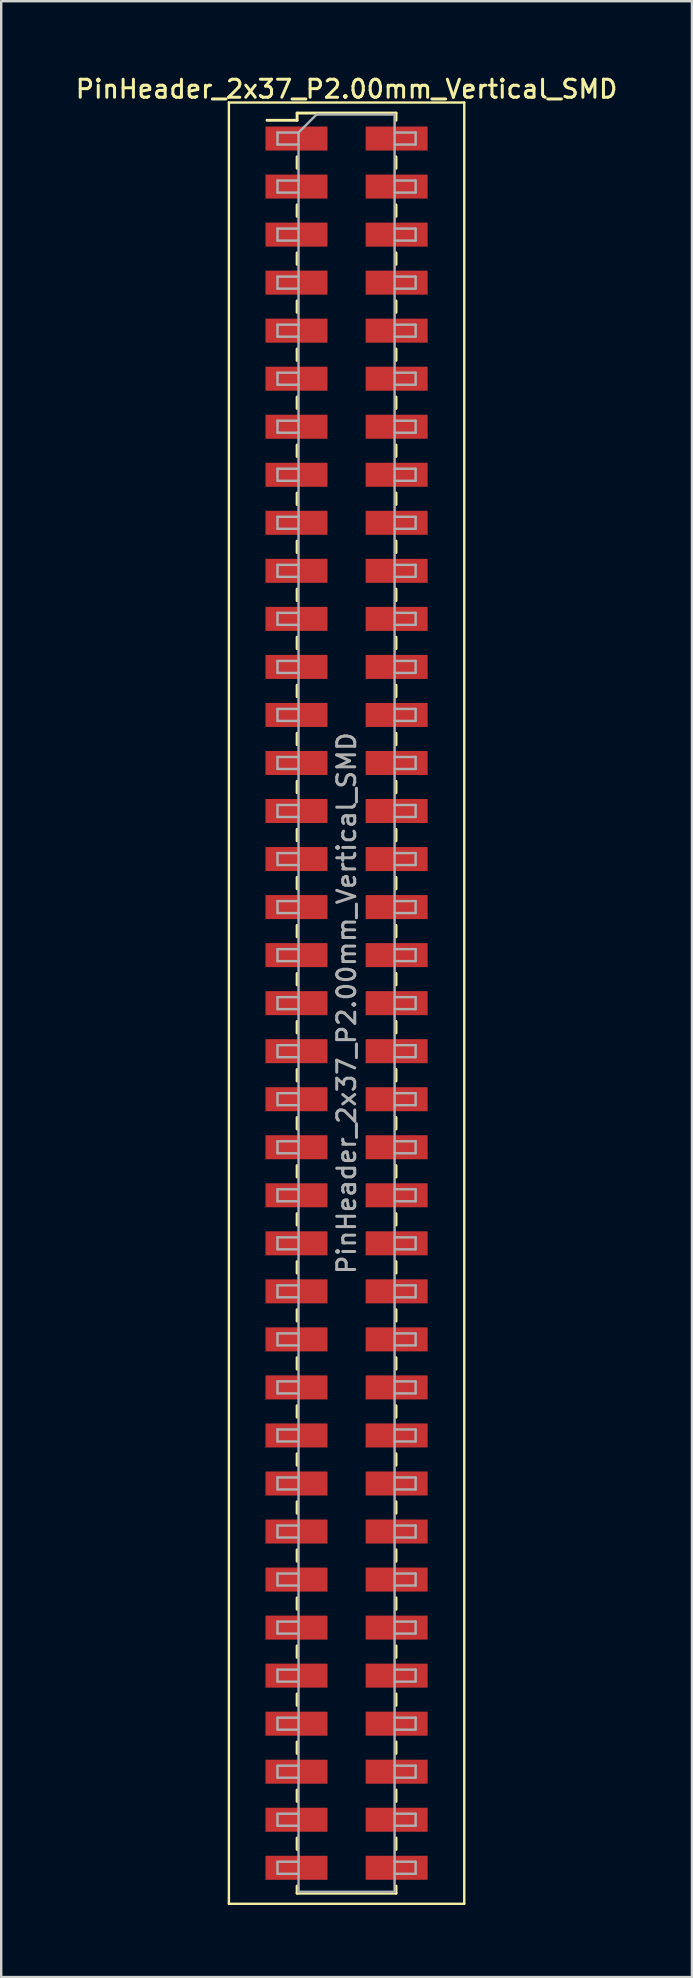
<source format=kicad_pcb>
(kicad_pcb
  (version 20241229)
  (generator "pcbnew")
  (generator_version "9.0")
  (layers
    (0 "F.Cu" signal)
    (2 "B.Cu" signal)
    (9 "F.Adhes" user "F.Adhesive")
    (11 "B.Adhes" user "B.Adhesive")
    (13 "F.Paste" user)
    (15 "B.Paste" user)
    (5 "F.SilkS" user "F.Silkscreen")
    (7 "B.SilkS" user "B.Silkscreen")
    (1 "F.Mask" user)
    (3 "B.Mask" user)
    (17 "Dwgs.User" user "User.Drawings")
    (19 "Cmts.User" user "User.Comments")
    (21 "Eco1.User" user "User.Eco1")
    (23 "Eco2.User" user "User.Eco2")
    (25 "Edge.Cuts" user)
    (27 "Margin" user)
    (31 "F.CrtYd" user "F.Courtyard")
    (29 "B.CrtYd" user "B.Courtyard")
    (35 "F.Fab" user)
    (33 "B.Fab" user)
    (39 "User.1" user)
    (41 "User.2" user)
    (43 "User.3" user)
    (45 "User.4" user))
  (footprint "PinHeader_2x37_P2.00mm_Vertical_SMD"
    (layer "F.Cu")
    (at 11.38 38.718)
    (property "Reference" "PinHeader_2x37_P2.00mm_Vertical_SMD" (at 0 -38.06 0) (layer "F.SilkS") (effects (font (size 0.75 0.75) (thickness 0.125))))
    (attr smd)
    (fp_line (start -4.9 -37.5) (end -4.9 37.5) (stroke (width 0.1) (type solid)) (layer "F.SilkS"))
    (fp_line (start -4.9 37.5) (end 4.9 37.5) (stroke (width 0.1) (type solid)) (layer "F.SilkS"))
    (fp_line (start -3.315 -36.76) (end -2.06 -36.76) (stroke (width 0.12) (type solid)) (layer "F.SilkS"))
    (fp_line (start -2.06 -37.06) (end -2.06 -36.76) (stroke (width 0.12) (type solid)) (layer "F.SilkS"))
    (fp_line (start -2.06 -37.06) (end 2.06 -37.06) (stroke (width 0.12) (type solid)) (layer "F.SilkS"))
    (fp_line (start -2.06 -35.24) (end -2.06 -34.76) (stroke (width 0.12) (type solid)) (layer "F.SilkS"))
    (fp_line (start -2.06 -33.24) (end -2.06 -32.76) (stroke (width 0.12) (type solid)) (layer "F.SilkS"))
    (fp_line (start -2.06 -31.24) (end -2.06 -30.76) (stroke (width 0.12) (type solid)) (layer "F.SilkS"))
    (fp_line (start -2.06 -29.24) (end -2.06 -28.76) (stroke (width 0.12) (type solid)) (layer "F.SilkS"))
    (fp_line (start -2.06 -27.24) (end -2.06 -26.76) (stroke (width 0.12) (type solid)) (layer "F.SilkS"))
    (fp_line (start -2.06 -25.24) (end -2.06 -24.76) (stroke (width 0.12) (type solid)) (layer "F.SilkS"))
    (fp_line (start -2.06 -23.24) (end -2.06 -22.76) (stroke (width 0.12) (type solid)) (layer "F.SilkS"))
    (fp_line (start -2.06 -21.24) (end -2.06 -20.76) (stroke (width 0.12) (type solid)) (layer "F.SilkS"))
    (fp_line (start -2.06 -19.24) (end -2.06 -18.76) (stroke (width 0.12) (type solid)) (layer "F.SilkS"))
    (fp_line (start -2.06 -17.24) (end -2.06 -16.76) (stroke (width 0.12) (type solid)) (layer "F.SilkS"))
    (fp_line (start -2.06 -15.24) (end -2.06 -14.76) (stroke (width 0.12) (type solid)) (layer "F.SilkS"))
    (fp_line (start -2.06 -13.24) (end -2.06 -12.76) (stroke (width 0.12) (type solid)) (layer "F.SilkS"))
    (fp_line (start -2.06 -11.24) (end -2.06 -10.76) (stroke (width 0.12) (type solid)) (layer "F.SilkS"))
    (fp_line (start -2.06 -9.24) (end -2.06 -8.76) (stroke (width 0.12) (type solid)) (layer "F.SilkS"))
    (fp_line (start -2.06 -7.24) (end -2.06 -6.76) (stroke (width 0.12) (type solid)) (layer "F.SilkS"))
    (fp_line (start -2.06 -5.24) (end -2.06 -4.76) (stroke (width 0.12) (type solid)) (layer "F.SilkS"))
    (fp_line (start -2.06 -3.24) (end -2.06 -2.76) (stroke (width 0.12) (type solid)) (layer "F.SilkS"))
    (fp_line (start -2.06 -1.24) (end -2.06 -0.76) (stroke (width 0.12) (type solid)) (layer "F.SilkS"))
    (fp_line (start -2.06 0.76) (end -2.06 1.24) (stroke (width 0.12) (type solid)) (layer "F.SilkS"))
    (fp_line (start -2.06 2.76) (end -2.06 3.24) (stroke (width 0.12) (type solid)) (layer "F.SilkS"))
    (fp_line (start -2.06 4.76) (end -2.06 5.24) (stroke (width 0.12) (type solid)) (layer "F.SilkS"))
    (fp_line (start -2.06 6.76) (end -2.06 7.24) (stroke (width 0.12) (type solid)) (layer "F.SilkS"))
    (fp_line (start -2.06 8.76) (end -2.06 9.24) (stroke (width 0.12) (type solid)) (layer "F.SilkS"))
    (fp_line (start -2.06 10.76) (end -2.06 11.24) (stroke (width 0.12) (type solid)) (layer "F.SilkS"))
    (fp_line (start -2.06 12.76) (end -2.06 13.24) (stroke (width 0.12) (type solid)) (layer "F.SilkS"))
    (fp_line (start -2.06 14.76) (end -2.06 15.24) (stroke (width 0.12) (type solid)) (layer "F.SilkS"))
    (fp_line (start -2.06 16.76) (end -2.06 17.24) (stroke (width 0.12) (type solid)) (layer "F.SilkS"))
    (fp_line (start -2.06 18.76) (end -2.06 19.24) (stroke (width 0.12) (type solid)) (layer "F.SilkS"))
    (fp_line (start -2.06 20.76) (end -2.06 21.24) (stroke (width 0.12) (type solid)) (layer "F.SilkS"))
    (fp_line (start -2.06 22.76) (end -2.06 23.24) (stroke (width 0.12) (type solid)) (layer "F.SilkS"))
    (fp_line (start -2.06 24.76) (end -2.06 25.24) (stroke (width 0.12) (type solid)) (layer "F.SilkS"))
    (fp_line (start -2.06 26.76) (end -2.06 27.24) (stroke (width 0.12) (type solid)) (layer "F.SilkS"))
    (fp_line (start -2.06 28.76) (end -2.06 29.24) (stroke (width 0.12) (type solid)) (layer "F.SilkS"))
    (fp_line (start -2.06 30.76) (end -2.06 31.24) (stroke (width 0.12) (type solid)) (layer "F.SilkS"))
    (fp_line (start -2.06 32.76) (end -2.06 33.24) (stroke (width 0.12) (type solid)) (layer "F.SilkS"))
    (fp_line (start -2.06 34.76) (end -2.06 35.24) (stroke (width 0.12) (type solid)) (layer "F.SilkS"))
    (fp_line (start -2.06 36.76) (end -2.06 37.06) (stroke (width 0.12) (type solid)) (layer "F.SilkS"))
    (fp_line (start -2.06 37.06) (end 2.06 37.06) (stroke (width 0.12) (type solid)) (layer "F.SilkS"))
    (fp_line (start 2.06 -37.06) (end 2.06 -36.76) (stroke (width 0.12) (type solid)) (layer "F.SilkS"))
    (fp_line (start 2.06 -35.24) (end 2.06 -34.76) (stroke (width 0.12) (type solid)) (layer "F.SilkS"))
    (fp_line (start 2.06 -33.24) (end 2.06 -32.76) (stroke (width 0.12) (type solid)) (layer "F.SilkS"))
    (fp_line (start 2.06 -31.24) (end 2.06 -30.76) (stroke (width 0.12) (type solid)) (layer "F.SilkS"))
    (fp_line (start 2.06 -29.24) (end 2.06 -28.76) (stroke (width 0.12) (type solid)) (layer "F.SilkS"))
    (fp_line (start 2.06 -27.24) (end 2.06 -26.76) (stroke (width 0.12) (type solid)) (layer "F.SilkS"))
    (fp_line (start 2.06 -25.24) (end 2.06 -24.76) (stroke (width 0.12) (type solid)) (layer "F.SilkS"))
    (fp_line (start 2.06 -23.24) (end 2.06 -22.76) (stroke (width 0.12) (type solid)) (layer "F.SilkS"))
    (fp_line (start 2.06 -21.24) (end 2.06 -20.76) (stroke (width 0.12) (type solid)) (layer "F.SilkS"))
    (fp_line (start 2.06 -19.24) (end 2.06 -18.76) (stroke (width 0.12) (type solid)) (layer "F.SilkS"))
    (fp_line (start 2.06 -17.24) (end 2.06 -16.76) (stroke (width 0.12) (type solid)) (layer "F.SilkS"))
    (fp_line (start 2.06 -15.24) (end 2.06 -14.76) (stroke (width 0.12) (type solid)) (layer "F.SilkS"))
    (fp_line (start 2.06 -13.24) (end 2.06 -12.76) (stroke (width 0.12) (type solid)) (layer "F.SilkS"))
    (fp_line (start 2.06 -11.24) (end 2.06 -10.76) (stroke (width 0.12) (type solid)) (layer "F.SilkS"))
    (fp_line (start 2.06 -9.24) (end 2.06 -8.76) (stroke (width 0.12) (type solid)) (layer "F.SilkS"))
    (fp_line (start 2.06 -7.24) (end 2.06 -6.76) (stroke (width 0.12) (type solid)) (layer "F.SilkS"))
    (fp_line (start 2.06 -5.24) (end 2.06 -4.76) (stroke (width 0.12) (type solid)) (layer "F.SilkS"))
    (fp_line (start 2.06 -3.24) (end 2.06 -2.76) (stroke (width 0.12) (type solid)) (layer "F.SilkS"))
    (fp_line (start 2.06 -1.24) (end 2.06 -0.76) (stroke (width 0.12) (type solid)) (layer "F.SilkS"))
    (fp_line (start 2.06 0.76) (end 2.06 1.24) (stroke (width 0.12) (type solid)) (layer "F.SilkS"))
    (fp_line (start 2.06 2.76) (end 2.06 3.24) (stroke (width 0.12) (type solid)) (layer "F.SilkS"))
    (fp_line (start 2.06 4.76) (end 2.06 5.24) (stroke (width 0.12) (type solid)) (layer "F.SilkS"))
    (fp_line (start 2.06 6.76) (end 2.06 7.24) (stroke (width 0.12) (type solid)) (layer "F.SilkS"))
    (fp_line (start 2.06 8.76) (end 2.06 9.24) (stroke (width 0.12) (type solid)) (layer "F.SilkS"))
    (fp_line (start 2.06 10.76) (end 2.06 11.24) (stroke (width 0.12) (type solid)) (layer "F.SilkS"))
    (fp_line (start 2.06 12.76) (end 2.06 13.24) (stroke (width 0.12) (type solid)) (layer "F.SilkS"))
    (fp_line (start 2.06 14.76) (end 2.06 15.24) (stroke (width 0.12) (type solid)) (layer "F.SilkS"))
    (fp_line (start 2.06 16.76) (end 2.06 17.24) (stroke (width 0.12) (type solid)) (layer "F.SilkS"))
    (fp_line (start 2.06 18.76) (end 2.06 19.24) (stroke (width 0.12) (type solid)) (layer "F.SilkS"))
    (fp_line (start 2.06 20.76) (end 2.06 21.24) (stroke (width 0.12) (type solid)) (layer "F.SilkS"))
    (fp_line (start 2.06 22.76) (end 2.06 23.24) (stroke (width 0.12) (type solid)) (layer "F.SilkS"))
    (fp_line (start 2.06 24.76) (end 2.06 25.24) (stroke (width 0.12) (type solid)) (layer "F.SilkS"))
    (fp_line (start 2.06 26.76) (end 2.06 27.24) (stroke (width 0.12) (type solid)) (layer "F.SilkS"))
    (fp_line (start 2.06 28.76) (end 2.06 29.24) (stroke (width 0.12) (type solid)) (layer "F.SilkS"))
    (fp_line (start 2.06 30.76) (end 2.06 31.24) (stroke (width 0.12) (type solid)) (layer "F.SilkS"))
    (fp_line (start 2.06 32.76) (end 2.06 33.24) (stroke (width 0.12) (type solid)) (layer "F.SilkS"))
    (fp_line (start 2.06 34.76) (end 2.06 35.24) (stroke (width 0.12) (type solid)) (layer "F.SilkS"))
    (fp_line (start 2.06 36.76) (end 2.06 37.06) (stroke (width 0.12) (type solid)) (layer "F.SilkS"))
    (fp_line (start 4.9 -37.5) (end -4.9 -37.5) (stroke (width 0.1) (type solid)) (layer "F.SilkS"))
    (fp_line (start 4.9 37.5) (end 4.9 -37.5) (stroke (width 0.1) (type solid)) (layer "F.SilkS"))
    (fp_line (start -2.875 -36.25) (end -2.875 -35.75) (stroke (width 0.1) (type solid)) (layer "F.Fab"))
    (fp_line (start -2.875 -35.75) (end -2 -35.75) (stroke (width 0.1) (type solid)) (layer "F.Fab"))
    (fp_line (start -2.875 -34.25) (end -2.875 -33.75) (stroke (width 0.1) (type solid)) (layer "F.Fab"))
    (fp_line (start -2.875 -33.75) (end -2 -33.75) (stroke (width 0.1) (type solid)) (layer "F.Fab"))
    (fp_line (start -2.875 -32.25) (end -2.875 -31.75) (stroke (width 0.1) (type solid)) (layer "F.Fab"))
    (fp_line (start -2.875 -31.75) (end -2 -31.75) (stroke (width 0.1) (type solid)) (layer "F.Fab"))
    (fp_line (start -2.875 -30.25) (end -2.875 -29.75) (stroke (width 0.1) (type solid)) (layer "F.Fab"))
    (fp_line (start -2.875 -29.75) (end -2 -29.75) (stroke (width 0.1) (type solid)) (layer "F.Fab"))
    (fp_line (start -2.875 -28.25) (end -2.875 -27.75) (stroke (width 0.1) (type solid)) (layer "F.Fab"))
    (fp_line (start -2.875 -27.75) (end -2 -27.75) (stroke (width 0.1) (type solid)) (layer "F.Fab"))
    (fp_line (start -2.875 -26.25) (end -2.875 -25.75) (stroke (width 0.1) (type solid)) (layer "F.Fab"))
    (fp_line (start -2.875 -25.75) (end -2 -25.75) (stroke (width 0.1) (type solid)) (layer "F.Fab"))
    (fp_line (start -2.875 -24.25) (end -2.875 -23.75) (stroke (width 0.1) (type solid)) (layer "F.Fab"))
    (fp_line (start -2.875 -23.75) (end -2 -23.75) (stroke (width 0.1) (type solid)) (layer "F.Fab"))
    (fp_line (start -2.875 -22.25) (end -2.875 -21.75) (stroke (width 0.1) (type solid)) (layer "F.Fab"))
    (fp_line (start -2.875 -21.75) (end -2 -21.75) (stroke (width 0.1) (type solid)) (layer "F.Fab"))
    (fp_line (start -2.875 -20.25) (end -2.875 -19.75) (stroke (width 0.1) (type solid)) (layer "F.Fab"))
    (fp_line (start -2.875 -19.75) (end -2 -19.75) (stroke (width 0.1) (type solid)) (layer "F.Fab"))
    (fp_line (start -2.875 -18.25) (end -2.875 -17.75) (stroke (width 0.1) (type solid)) (layer "F.Fab"))
    (fp_line (start -2.875 -17.75) (end -2 -17.75) (stroke (width 0.1) (type solid)) (layer "F.Fab"))
    (fp_line (start -2.875 -16.25) (end -2.875 -15.75) (stroke (width 0.1) (type solid)) (layer "F.Fab"))
    (fp_line (start -2.875 -15.75) (end -2 -15.75) (stroke (width 0.1) (type solid)) (layer "F.Fab"))
    (fp_line (start -2.875 -14.25) (end -2.875 -13.75) (stroke (width 0.1) (type solid)) (layer "F.Fab"))
    (fp_line (start -2.875 -13.75) (end -2 -13.75) (stroke (width 0.1) (type solid)) (layer "F.Fab"))
    (fp_line (start -2.875 -12.25) (end -2.875 -11.75) (stroke (width 0.1) (type solid)) (layer "F.Fab"))
    (fp_line (start -2.875 -11.75) (end -2 -11.75) (stroke (width 0.1) (type solid)) (layer "F.Fab"))
    (fp_line (start -2.875 -10.25) (end -2.875 -9.75) (stroke (width 0.1) (type solid)) (layer "F.Fab"))
    (fp_line (start -2.875 -9.75) (end -2 -9.75) (stroke (width 0.1) (type solid)) (layer "F.Fab"))
    (fp_line (start -2.875 -8.25) (end -2.875 -7.75) (stroke (width 0.1) (type solid)) (layer "F.Fab"))
    (fp_line (start -2.875 -7.75) (end -2 -7.75) (stroke (width 0.1) (type solid)) (layer "F.Fab"))
    (fp_line (start -2.875 -6.25) (end -2.875 -5.75) (stroke (width 0.1) (type solid)) (layer "F.Fab"))
    (fp_line (start -2.875 -5.75) (end -2 -5.75) (stroke (width 0.1) (type solid)) (layer "F.Fab"))
    (fp_line (start -2.875 -4.25) (end -2.875 -3.75) (stroke (width 0.1) (type solid)) (layer "F.Fab"))
    (fp_line (start -2.875 -3.75) (end -2 -3.75) (stroke (width 0.1) (type solid)) (layer "F.Fab"))
    (fp_line (start -2.875 -2.25) (end -2.875 -1.75) (stroke (width 0.1) (type solid)) (layer "F.Fab"))
    (fp_line (start -2.875 -1.75) (end -2 -1.75) (stroke (width 0.1) (type solid)) (layer "F.Fab"))
    (fp_line (start -2.875 -0.25) (end -2.875 0.25) (stroke (width 0.1) (type solid)) (layer "F.Fab"))
    (fp_line (start -2.875 0.25) (end -2 0.25) (stroke (width 0.1) (type solid)) (layer "F.Fab"))
    (fp_line (start -2.875 1.75) (end -2.875 2.25) (stroke (width 0.1) (type solid)) (layer "F.Fab"))
    (fp_line (start -2.875 2.25) (end -2 2.25) (stroke (width 0.1) (type solid)) (layer "F.Fab"))
    (fp_line (start -2.875 3.75) (end -2.875 4.25) (stroke (width 0.1) (type solid)) (layer "F.Fab"))
    (fp_line (start -2.875 4.25) (end -2 4.25) (stroke (width 0.1) (type solid)) (layer "F.Fab"))
    (fp_line (start -2.875 5.75) (end -2.875 6.25) (stroke (width 0.1) (type solid)) (layer "F.Fab"))
    (fp_line (start -2.875 6.25) (end -2 6.25) (stroke (width 0.1) (type solid)) (layer "F.Fab"))
    (fp_line (start -2.875 7.75) (end -2.875 8.25) (stroke (width 0.1) (type solid)) (layer "F.Fab"))
    (fp_line (start -2.875 8.25) (end -2 8.25) (stroke (width 0.1) (type solid)) (layer "F.Fab"))
    (fp_line (start -2.875 9.75) (end -2.875 10.25) (stroke (width 0.1) (type solid)) (layer "F.Fab"))
    (fp_line (start -2.875 10.25) (end -2 10.25) (stroke (width 0.1) (type solid)) (layer "F.Fab"))
    (fp_line (start -2.875 11.75) (end -2.875 12.25) (stroke (width 0.1) (type solid)) (layer "F.Fab"))
    (fp_line (start -2.875 12.25) (end -2 12.25) (stroke (width 0.1) (type solid)) (layer "F.Fab"))
    (fp_line (start -2.875 13.75) (end -2.875 14.25) (stroke (width 0.1) (type solid)) (layer "F.Fab"))
    (fp_line (start -2.875 14.25) (end -2 14.25) (stroke (width 0.1) (type solid)) (layer "F.Fab"))
    (fp_line (start -2.875 15.75) (end -2.875 16.25) (stroke (width 0.1) (type solid)) (layer "F.Fab"))
    (fp_line (start -2.875 16.25) (end -2 16.25) (stroke (width 0.1) (type solid)) (layer "F.Fab"))
    (fp_line (start -2.875 17.75) (end -2.875 18.25) (stroke (width 0.1) (type solid)) (layer "F.Fab"))
    (fp_line (start -2.875 18.25) (end -2 18.25) (stroke (width 0.1) (type solid)) (layer "F.Fab"))
    (fp_line (start -2.875 19.75) (end -2.875 20.25) (stroke (width 0.1) (type solid)) (layer "F.Fab"))
    (fp_line (start -2.875 20.25) (end -2 20.25) (stroke (width 0.1) (type solid)) (layer "F.Fab"))
    (fp_line (start -2.875 21.75) (end -2.875 22.25) (stroke (width 0.1) (type solid)) (layer "F.Fab"))
    (fp_line (start -2.875 22.25) (end -2 22.25) (stroke (width 0.1) (type solid)) (layer "F.Fab"))
    (fp_line (start -2.875 23.75) (end -2.875 24.25) (stroke (width 0.1) (type solid)) (layer "F.Fab"))
    (fp_line (start -2.875 24.25) (end -2 24.25) (stroke (width 0.1) (type solid)) (layer "F.Fab"))
    (fp_line (start -2.875 25.75) (end -2.875 26.25) (stroke (width 0.1) (type solid)) (layer "F.Fab"))
    (fp_line (start -2.875 26.25) (end -2 26.25) (stroke (width 0.1) (type solid)) (layer "F.Fab"))
    (fp_line (start -2.875 27.75) (end -2.875 28.25) (stroke (width 0.1) (type solid)) (layer "F.Fab"))
    (fp_line (start -2.875 28.25) (end -2 28.25) (stroke (width 0.1) (type solid)) (layer "F.Fab"))
    (fp_line (start -2.875 29.75) (end -2.875 30.25) (stroke (width 0.1) (type solid)) (layer "F.Fab"))
    (fp_line (start -2.875 30.25) (end -2 30.25) (stroke (width 0.1) (type solid)) (layer "F.Fab"))
    (fp_line (start -2.875 31.75) (end -2.875 32.25) (stroke (width 0.1) (type solid)) (layer "F.Fab"))
    (fp_line (start -2.875 32.25) (end -2 32.25) (stroke (width 0.1) (type solid)) (layer "F.Fab"))
    (fp_line (start -2.875 33.75) (end -2.875 34.25) (stroke (width 0.1) (type solid)) (layer "F.Fab"))
    (fp_line (start -2.875 34.25) (end -2 34.25) (stroke (width 0.1) (type solid)) (layer "F.Fab"))
    (fp_line (start -2.875 35.75) (end -2.875 36.25) (stroke (width 0.1) (type solid)) (layer "F.Fab"))
    (fp_line (start -2.875 36.25) (end -2 36.25) (stroke (width 0.1) (type solid)) (layer "F.Fab"))
    (fp_line (start -2 -36.25) (end -2.875 -36.25) (stroke (width 0.1) (type solid)) (layer "F.Fab"))
    (fp_line (start -2 -36.25) (end -1.25 -37) (stroke (width 0.1) (type solid)) (layer "F.Fab"))
    (fp_line (start -2 -34.25) (end -2.875 -34.25) (stroke (width 0.1) (type solid)) (layer "F.Fab"))
    (fp_line (start -2 -32.25) (end -2.875 -32.25) (stroke (width 0.1) (type solid)) (layer "F.Fab"))
    (fp_line (start -2 -30.25) (end -2.875 -30.25) (stroke (width 0.1) (type solid)) (layer "F.Fab"))
    (fp_line (start -2 -28.25) (end -2.875 -28.25) (stroke (width 0.1) (type solid)) (layer "F.Fab"))
    (fp_line (start -2 -26.25) (end -2.875 -26.25) (stroke (width 0.1) (type solid)) (layer "F.Fab"))
    (fp_line (start -2 -24.25) (end -2.875 -24.25) (stroke (width 0.1) (type solid)) (layer "F.Fab"))
    (fp_line (start -2 -22.25) (end -2.875 -22.25) (stroke (width 0.1) (type solid)) (layer "F.Fab"))
    (fp_line (start -2 -20.25) (end -2.875 -20.25) (stroke (width 0.1) (type solid)) (layer "F.Fab"))
    (fp_line (start -2 -18.25) (end -2.875 -18.25) (stroke (width 0.1) (type solid)) (layer "F.Fab"))
    (fp_line (start -2 -16.25) (end -2.875 -16.25) (stroke (width 0.1) (type solid)) (layer "F.Fab"))
    (fp_line (start -2 -14.25) (end -2.875 -14.25) (stroke (width 0.1) (type solid)) (layer "F.Fab"))
    (fp_line (start -2 -12.25) (end -2.875 -12.25) (stroke (width 0.1) (type solid)) (layer "F.Fab"))
    (fp_line (start -2 -10.25) (end -2.875 -10.25) (stroke (width 0.1) (type solid)) (layer "F.Fab"))
    (fp_line (start -2 -8.25) (end -2.875 -8.25) (stroke (width 0.1) (type solid)) (layer "F.Fab"))
    (fp_line (start -2 -6.25) (end -2.875 -6.25) (stroke (width 0.1) (type solid)) (layer "F.Fab"))
    (fp_line (start -2 -4.25) (end -2.875 -4.25) (stroke (width 0.1) (type solid)) (layer "F.Fab"))
    (fp_line (start -2 -2.25) (end -2.875 -2.25) (stroke (width 0.1) (type solid)) (layer "F.Fab"))
    (fp_line (start -2 -0.25) (end -2.875 -0.25) (stroke (width 0.1) (type solid)) (layer "F.Fab"))
    (fp_line (start -2 1.75) (end -2.875 1.75) (stroke (width 0.1) (type solid)) (layer "F.Fab"))
    (fp_line (start -2 3.75) (end -2.875 3.75) (stroke (width 0.1) (type solid)) (layer "F.Fab"))
    (fp_line (start -2 5.75) (end -2.875 5.75) (stroke (width 0.1) (type solid)) (layer "F.Fab"))
    (fp_line (start -2 7.75) (end -2.875 7.75) (stroke (width 0.1) (type solid)) (layer "F.Fab"))
    (fp_line (start -2 9.75) (end -2.875 9.75) (stroke (width 0.1) (type solid)) (layer "F.Fab"))
    (fp_line (start -2 11.75) (end -2.875 11.75) (stroke (width 0.1) (type solid)) (layer "F.Fab"))
    (fp_line (start -2 13.75) (end -2.875 13.75) (stroke (width 0.1) (type solid)) (layer "F.Fab"))
    (fp_line (start -2 15.75) (end -2.875 15.75) (stroke (width 0.1) (type solid)) (layer "F.Fab"))
    (fp_line (start -2 17.75) (end -2.875 17.75) (stroke (width 0.1) (type solid)) (layer "F.Fab"))
    (fp_line (start -2 19.75) (end -2.875 19.75) (stroke (width 0.1) (type solid)) (layer "F.Fab"))
    (fp_line (start -2 21.75) (end -2.875 21.75) (stroke (width 0.1) (type solid)) (layer "F.Fab"))
    (fp_line (start -2 23.75) (end -2.875 23.75) (stroke (width 0.1) (type solid)) (layer "F.Fab"))
    (fp_line (start -2 25.75) (end -2.875 25.75) (stroke (width 0.1) (type solid)) (layer "F.Fab"))
    (fp_line (start -2 27.75) (end -2.875 27.75) (stroke (width 0.1) (type solid)) (layer "F.Fab"))
    (fp_line (start -2 29.75) (end -2.875 29.75) (stroke (width 0.1) (type solid)) (layer "F.Fab"))
    (fp_line (start -2 31.75) (end -2.875 31.75) (stroke (width 0.1) (type solid)) (layer "F.Fab"))
    (fp_line (start -2 33.75) (end -2.875 33.75) (stroke (width 0.1) (type solid)) (layer "F.Fab"))
    (fp_line (start -2 35.75) (end -2.875 35.75) (stroke (width 0.1) (type solid)) (layer "F.Fab"))
    (fp_line (start -2 37) (end -2 -36.25) (stroke (width 0.1) (type solid)) (layer "F.Fab"))
    (fp_line (start -1.25 -37) (end 2 -37) (stroke (width 0.1) (type solid)) (layer "F.Fab"))
    (fp_line (start 2 -37) (end 2 37) (stroke (width 0.1) (type solid)) (layer "F.Fab"))
    (fp_line (start 2 -36.25) (end 2.875 -36.25) (stroke (width 0.1) (type solid)) (layer "F.Fab"))
    (fp_line (start 2 -34.25) (end 2.875 -34.25) (stroke (width 0.1) (type solid)) (layer "F.Fab"))
    (fp_line (start 2 -32.25) (end 2.875 -32.25) (stroke (width 0.1) (type solid)) (layer "F.Fab"))
    (fp_line (start 2 -30.25) (end 2.875 -30.25) (stroke (width 0.1) (type solid)) (layer "F.Fab"))
    (fp_line (start 2 -28.25) (end 2.875 -28.25) (stroke (width 0.1) (type solid)) (layer "F.Fab"))
    (fp_line (start 2 -26.25) (end 2.875 -26.25) (stroke (width 0.1) (type solid)) (layer "F.Fab"))
    (fp_line (start 2 -24.25) (end 2.875 -24.25) (stroke (width 0.1) (type solid)) (layer "F.Fab"))
    (fp_line (start 2 -22.25) (end 2.875 -22.25) (stroke (width 0.1) (type solid)) (layer "F.Fab"))
    (fp_line (start 2 -20.25) (end 2.875 -20.25) (stroke (width 0.1) (type solid)) (layer "F.Fab"))
    (fp_line (start 2 -18.25) (end 2.875 -18.25) (stroke (width 0.1) (type solid)) (layer "F.Fab"))
    (fp_line (start 2 -16.25) (end 2.875 -16.25) (stroke (width 0.1) (type solid)) (layer "F.Fab"))
    (fp_line (start 2 -14.25) (end 2.875 -14.25) (stroke (width 0.1) (type solid)) (layer "F.Fab"))
    (fp_line (start 2 -12.25) (end 2.875 -12.25) (stroke (width 0.1) (type solid)) (layer "F.Fab"))
    (fp_line (start 2 -10.25) (end 2.875 -10.25) (stroke (width 0.1) (type solid)) (layer "F.Fab"))
    (fp_line (start 2 -8.25) (end 2.875 -8.25) (stroke (width 0.1) (type solid)) (layer "F.Fab"))
    (fp_line (start 2 -6.25) (end 2.875 -6.25) (stroke (width 0.1) (type solid)) (layer "F.Fab"))
    (fp_line (start 2 -4.25) (end 2.875 -4.25) (stroke (width 0.1) (type solid)) (layer "F.Fab"))
    (fp_line (start 2 -2.25) (end 2.875 -2.25) (stroke (width 0.1) (type solid)) (layer "F.Fab"))
    (fp_line (start 2 -0.25) (end 2.875 -0.25) (stroke (width 0.1) (type solid)) (layer "F.Fab"))
    (fp_line (start 2 1.75) (end 2.875 1.75) (stroke (width 0.1) (type solid)) (layer "F.Fab"))
    (fp_line (start 2 3.75) (end 2.875 3.75) (stroke (width 0.1) (type solid)) (layer "F.Fab"))
    (fp_line (start 2 5.75) (end 2.875 5.75) (stroke (width 0.1) (type solid)) (layer "F.Fab"))
    (fp_line (start 2 7.75) (end 2.875 7.75) (stroke (width 0.1) (type solid)) (layer "F.Fab"))
    (fp_line (start 2 9.75) (end 2.875 9.75) (stroke (width 0.1) (type solid)) (layer "F.Fab"))
    (fp_line (start 2 11.75) (end 2.875 11.75) (stroke (width 0.1) (type solid)) (layer "F.Fab"))
    (fp_line (start 2 13.75) (end 2.875 13.75) (stroke (width 0.1) (type solid)) (layer "F.Fab"))
    (fp_line (start 2 15.75) (end 2.875 15.75) (stroke (width 0.1) (type solid)) (layer "F.Fab"))
    (fp_line (start 2 17.75) (end 2.875 17.75) (stroke (width 0.1) (type solid)) (layer "F.Fab"))
    (fp_line (start 2 19.75) (end 2.875 19.75) (stroke (width 0.1) (type solid)) (layer "F.Fab"))
    (fp_line (start 2 21.75) (end 2.875 21.75) (stroke (width 0.1) (type solid)) (layer "F.Fab"))
    (fp_line (start 2 23.75) (end 2.875 23.75) (stroke (width 0.1) (type solid)) (layer "F.Fab"))
    (fp_line (start 2 25.75) (end 2.875 25.75) (stroke (width 0.1) (type solid)) (layer "F.Fab"))
    (fp_line (start 2 27.75) (end 2.875 27.75) (stroke (width 0.1) (type solid)) (layer "F.Fab"))
    (fp_line (start 2 29.75) (end 2.875 29.75) (stroke (width 0.1) (type solid)) (layer "F.Fab"))
    (fp_line (start 2 31.75) (end 2.875 31.75) (stroke (width 0.1) (type solid)) (layer "F.Fab"))
    (fp_line (start 2 33.75) (end 2.875 33.75) (stroke (width 0.1) (type solid)) (layer "F.Fab"))
    (fp_line (start 2 35.75) (end 2.875 35.75) (stroke (width 0.1) (type solid)) (layer "F.Fab"))
    (fp_line (start 2 37) (end -2 37) (stroke (width 0.1) (type solid)) (layer "F.Fab"))
    (fp_line (start 2.875 -36.25) (end 2.875 -35.75) (stroke (width 0.1) (type solid)) (layer "F.Fab"))
    (fp_line (start 2.875 -35.75) (end 2 -35.75) (stroke (width 0.1) (type solid)) (layer "F.Fab"))
    (fp_line (start 2.875 -34.25) (end 2.875 -33.75) (stroke (width 0.1) (type solid)) (layer "F.Fab"))
    (fp_line (start 2.875 -33.75) (end 2 -33.75) (stroke (width 0.1) (type solid)) (layer "F.Fab"))
    (fp_line (start 2.875 -32.25) (end 2.875 -31.75) (stroke (width 0.1) (type solid)) (layer "F.Fab"))
    (fp_line (start 2.875 -31.75) (end 2 -31.75) (stroke (width 0.1) (type solid)) (layer "F.Fab"))
    (fp_line (start 2.875 -30.25) (end 2.875 -29.75) (stroke (width 0.1) (type solid)) (layer "F.Fab"))
    (fp_line (start 2.875 -29.75) (end 2 -29.75) (stroke (width 0.1) (type solid)) (layer "F.Fab"))
    (fp_line (start 2.875 -28.25) (end 2.875 -27.75) (stroke (width 0.1) (type solid)) (layer "F.Fab"))
    (fp_line (start 2.875 -27.75) (end 2 -27.75) (stroke (width 0.1) (type solid)) (layer "F.Fab"))
    (fp_line (start 2.875 -26.25) (end 2.875 -25.75) (stroke (width 0.1) (type solid)) (layer "F.Fab"))
    (fp_line (start 2.875 -25.75) (end 2 -25.75) (stroke (width 0.1) (type solid)) (layer "F.Fab"))
    (fp_line (start 2.875 -24.25) (end 2.875 -23.75) (stroke (width 0.1) (type solid)) (layer "F.Fab"))
    (fp_line (start 2.875 -23.75) (end 2 -23.75) (stroke (width 0.1) (type solid)) (layer "F.Fab"))
    (fp_line (start 2.875 -22.25) (end 2.875 -21.75) (stroke (width 0.1) (type solid)) (layer "F.Fab"))
    (fp_line (start 2.875 -21.75) (end 2 -21.75) (stroke (width 0.1) (type solid)) (layer "F.Fab"))
    (fp_line (start 2.875 -20.25) (end 2.875 -19.75) (stroke (width 0.1) (type solid)) (layer "F.Fab"))
    (fp_line (start 2.875 -19.75) (end 2 -19.75) (stroke (width 0.1) (type solid)) (layer "F.Fab"))
    (fp_line (start 2.875 -18.25) (end 2.875 -17.75) (stroke (width 0.1) (type solid)) (layer "F.Fab"))
    (fp_line (start 2.875 -17.75) (end 2 -17.75) (stroke (width 0.1) (type solid)) (layer "F.Fab"))
    (fp_line (start 2.875 -16.25) (end 2.875 -15.75) (stroke (width 0.1) (type solid)) (layer "F.Fab"))
    (fp_line (start 2.875 -15.75) (end 2 -15.75) (stroke (width 0.1) (type solid)) (layer "F.Fab"))
    (fp_line (start 2.875 -14.25) (end 2.875 -13.75) (stroke (width 0.1) (type solid)) (layer "F.Fab"))
    (fp_line (start 2.875 -13.75) (end 2 -13.75) (stroke (width 0.1) (type solid)) (layer "F.Fab"))
    (fp_line (start 2.875 -12.25) (end 2.875 -11.75) (stroke (width 0.1) (type solid)) (layer "F.Fab"))
    (fp_line (start 2.875 -11.75) (end 2 -11.75) (stroke (width 0.1) (type solid)) (layer "F.Fab"))
    (fp_line (start 2.875 -10.25) (end 2.875 -9.75) (stroke (width 0.1) (type solid)) (layer "F.Fab"))
    (fp_line (start 2.875 -9.75) (end 2 -9.75) (stroke (width 0.1) (type solid)) (layer "F.Fab"))
    (fp_line (start 2.875 -8.25) (end 2.875 -7.75) (stroke (width 0.1) (type solid)) (layer "F.Fab"))
    (fp_line (start 2.875 -7.75) (end 2 -7.75) (stroke (width 0.1) (type solid)) (layer "F.Fab"))
    (fp_line (start 2.875 -6.25) (end 2.875 -5.75) (stroke (width 0.1) (type solid)) (layer "F.Fab"))
    (fp_line (start 2.875 -5.75) (end 2 -5.75) (stroke (width 0.1) (type solid)) (layer "F.Fab"))
    (fp_line (start 2.875 -4.25) (end 2.875 -3.75) (stroke (width 0.1) (type solid)) (layer "F.Fab"))
    (fp_line (start 2.875 -3.75) (end 2 -3.75) (stroke (width 0.1) (type solid)) (layer "F.Fab"))
    (fp_line (start 2.875 -2.25) (end 2.875 -1.75) (stroke (width 0.1) (type solid)) (layer "F.Fab"))
    (fp_line (start 2.875 -1.75) (end 2 -1.75) (stroke (width 0.1) (type solid)) (layer "F.Fab"))
    (fp_line (start 2.875 -0.25) (end 2.875 0.25) (stroke (width 0.1) (type solid)) (layer "F.Fab"))
    (fp_line (start 2.875 0.25) (end 2 0.25) (stroke (width 0.1) (type solid)) (layer "F.Fab"))
    (fp_line (start 2.875 1.75) (end 2.875 2.25) (stroke (width 0.1) (type solid)) (layer "F.Fab"))
    (fp_line (start 2.875 2.25) (end 2 2.25) (stroke (width 0.1) (type solid)) (layer "F.Fab"))
    (fp_line (start 2.875 3.75) (end 2.875 4.25) (stroke (width 0.1) (type solid)) (layer "F.Fab"))
    (fp_line (start 2.875 4.25) (end 2 4.25) (stroke (width 0.1) (type solid)) (layer "F.Fab"))
    (fp_line (start 2.875 5.75) (end 2.875 6.25) (stroke (width 0.1) (type solid)) (layer "F.Fab"))
    (fp_line (start 2.875 6.25) (end 2 6.25) (stroke (width 0.1) (type solid)) (layer "F.Fab"))
    (fp_line (start 2.875 7.75) (end 2.875 8.25) (stroke (width 0.1) (type solid)) (layer "F.Fab"))
    (fp_line (start 2.875 8.25) (end 2 8.25) (stroke (width 0.1) (type solid)) (layer "F.Fab"))
    (fp_line (start 2.875 9.75) (end 2.875 10.25) (stroke (width 0.1) (type solid)) (layer "F.Fab"))
    (fp_line (start 2.875 10.25) (end 2 10.25) (stroke (width 0.1) (type solid)) (layer "F.Fab"))
    (fp_line (start 2.875 11.75) (end 2.875 12.25) (stroke (width 0.1) (type solid)) (layer "F.Fab"))
    (fp_line (start 2.875 12.25) (end 2 12.25) (stroke (width 0.1) (type solid)) (layer "F.Fab"))
    (fp_line (start 2.875 13.75) (end 2.875 14.25) (stroke (width 0.1) (type solid)) (layer "F.Fab"))
    (fp_line (start 2.875 14.25) (end 2 14.25) (stroke (width 0.1) (type solid)) (layer "F.Fab"))
    (fp_line (start 2.875 15.75) (end 2.875 16.25) (stroke (width 0.1) (type solid)) (layer "F.Fab"))
    (fp_line (start 2.875 16.25) (end 2 16.25) (stroke (width 0.1) (type solid)) (layer "F.Fab"))
    (fp_line (start 2.875 17.75) (end 2.875 18.25) (stroke (width 0.1) (type solid)) (layer "F.Fab"))
    (fp_line (start 2.875 18.25) (end 2 18.25) (stroke (width 0.1) (type solid)) (layer "F.Fab"))
    (fp_line (start 2.875 19.75) (end 2.875 20.25) (stroke (width 0.1) (type solid)) (layer "F.Fab"))
    (fp_line (start 2.875 20.25) (end 2 20.25) (stroke (width 0.1) (type solid)) (layer "F.Fab"))
    (fp_line (start 2.875 21.75) (end 2.875 22.25) (stroke (width 0.1) (type solid)) (layer "F.Fab"))
    (fp_line (start 2.875 22.25) (end 2 22.25) (stroke (width 0.1) (type solid)) (layer "F.Fab"))
    (fp_line (start 2.875 23.75) (end 2.875 24.25) (stroke (width 0.1) (type solid)) (layer "F.Fab"))
    (fp_line (start 2.875 24.25) (end 2 24.25) (stroke (width 0.1) (type solid)) (layer "F.Fab"))
    (fp_line (start 2.875 25.75) (end 2.875 26.25) (stroke (width 0.1) (type solid)) (layer "F.Fab"))
    (fp_line (start 2.875 26.25) (end 2 26.25) (stroke (width 0.1) (type solid)) (layer "F.Fab"))
    (fp_line (start 2.875 27.75) (end 2.875 28.25) (stroke (width 0.1) (type solid)) (layer "F.Fab"))
    (fp_line (start 2.875 28.25) (end 2 28.25) (stroke (width 0.1) (type solid)) (layer "F.Fab"))
    (fp_line (start 2.875 29.75) (end 2.875 30.25) (stroke (width 0.1) (type solid)) (layer "F.Fab"))
    (fp_line (start 2.875 30.25) (end 2 30.25) (stroke (width 0.1) (type solid)) (layer "F.Fab"))
    (fp_line (start 2.875 31.75) (end 2.875 32.25) (stroke (width 0.1) (type solid)) (layer "F.Fab"))
    (fp_line (start 2.875 32.25) (end 2 32.25) (stroke (width 0.1) (type solid)) (layer "F.Fab"))
    (fp_line (start 2.875 33.75) (end 2.875 34.25) (stroke (width 0.1) (type solid)) (layer "F.Fab"))
    (fp_line (start 2.875 34.25) (end 2 34.25) (stroke (width 0.1) (type solid)) (layer "F.Fab"))
    (fp_line (start 2.875 35.75) (end 2.875 36.25) (stroke (width 0.1) (type solid)) (layer "F.Fab"))
    (fp_line (start 2.875 36.25) (end 2 36.25) (stroke (width 0.1) (type solid)) (layer "F.Fab"))
    (fp_text user "${REFERENCE}" (at 0 0 90) (layer "F.Fab") (effects (font (size 0.75 0.75) (thickness 0.125))))
    (pad "1" smd rect (at -2.085 -36) (size 2.58 1) (layers "F.Cu" "F.Mask" "F.Paste"))
    (pad "2" smd rect (at 2.085 -36) (size 2.58 1) (layers "F.Cu" "F.Mask" "F.Paste"))
    (pad "3" smd rect (at -2.085 -34) (size 2.58 1) (layers "F.Cu" "F.Mask" "F.Paste"))
    (pad "4" smd rect (at 2.085 -34) (size 2.58 1) (layers "F.Cu" "F.Mask" "F.Paste"))
    (pad "5" smd rect (at -2.085 -32) (size 2.58 1) (layers "F.Cu" "F.Mask" "F.Paste"))
    (pad "6" smd rect (at 2.085 -32) (size 2.58 1) (layers "F.Cu" "F.Mask" "F.Paste"))
    (pad "7" smd rect (at -2.085 -30) (size 2.58 1) (layers "F.Cu" "F.Mask" "F.Paste"))
    (pad "8" smd rect (at 2.085 -30) (size 2.58 1) (layers "F.Cu" "F.Mask" "F.Paste"))
    (pad "9" smd rect (at -2.085 -28) (size 2.58 1) (layers "F.Cu" "F.Mask" "F.Paste"))
    (pad "10" smd rect (at 2.085 -28) (size 2.58 1) (layers "F.Cu" "F.Mask" "F.Paste"))
    (pad "11" smd rect (at -2.085 -26) (size 2.58 1) (layers "F.Cu" "F.Mask" "F.Paste"))
    (pad "12" smd rect (at 2.085 -26) (size 2.58 1) (layers "F.Cu" "F.Mask" "F.Paste"))
    (pad "13" smd rect (at -2.085 -24) (size 2.58 1) (layers "F.Cu" "F.Mask" "F.Paste"))
    (pad "14" smd rect (at 2.085 -24) (size 2.58 1) (layers "F.Cu" "F.Mask" "F.Paste"))
    (pad "15" smd rect (at -2.085 -22) (size 2.58 1) (layers "F.Cu" "F.Mask" "F.Paste"))
    (pad "16" smd rect (at 2.085 -22) (size 2.58 1) (layers "F.Cu" "F.Mask" "F.Paste"))
    (pad "17" smd rect (at -2.085 -20) (size 2.58 1) (layers "F.Cu" "F.Mask" "F.Paste"))
    (pad "18" smd rect (at 2.085 -20) (size 2.58 1) (layers "F.Cu" "F.Mask" "F.Paste"))
    (pad "19" smd rect (at -2.085 -18) (size 2.58 1) (layers "F.Cu" "F.Mask" "F.Paste"))
    (pad "20" smd rect (at 2.085 -18) (size 2.58 1) (layers "F.Cu" "F.Mask" "F.Paste"))
    (pad "21" smd rect (at -2.085 -16) (size 2.58 1) (layers "F.Cu" "F.Mask" "F.Paste"))
    (pad "22" smd rect (at 2.085 -16) (size 2.58 1) (layers "F.Cu" "F.Mask" "F.Paste"))
    (pad "23" smd rect (at -2.085 -14) (size 2.58 1) (layers "F.Cu" "F.Mask" "F.Paste"))
    (pad "24" smd rect (at 2.085 -14) (size 2.58 1) (layers "F.Cu" "F.Mask" "F.Paste"))
    (pad "25" smd rect (at -2.085 -12) (size 2.58 1) (layers "F.Cu" "F.Mask" "F.Paste"))
    (pad "26" smd rect (at 2.085 -12) (size 2.58 1) (layers "F.Cu" "F.Mask" "F.Paste"))
    (pad "27" smd rect (at -2.085 -10) (size 2.58 1) (layers "F.Cu" "F.Mask" "F.Paste"))
    (pad "28" smd rect (at 2.085 -10) (size 2.58 1) (layers "F.Cu" "F.Mask" "F.Paste"))
    (pad "29" smd rect (at -2.085 -8) (size 2.58 1) (layers "F.Cu" "F.Mask" "F.Paste"))
    (pad "30" smd rect (at 2.085 -8) (size 2.58 1) (layers "F.Cu" "F.Mask" "F.Paste"))
    (pad "31" smd rect (at -2.085 -6) (size 2.58 1) (layers "F.Cu" "F.Mask" "F.Paste"))
    (pad "32" smd rect (at 2.085 -6) (size 2.58 1) (layers "F.Cu" "F.Mask" "F.Paste"))
    (pad "33" smd rect (at -2.085 -4) (size 2.58 1) (layers "F.Cu" "F.Mask" "F.Paste"))
    (pad "34" smd rect (at 2.085 -4) (size 2.58 1) (layers "F.Cu" "F.Mask" "F.Paste"))
    (pad "35" smd rect (at -2.085 -2) (size 2.58 1) (layers "F.Cu" "F.Mask" "F.Paste"))
    (pad "36" smd rect (at 2.085 -2) (size 2.58 1) (layers "F.Cu" "F.Mask" "F.Paste"))
    (pad "37" smd rect (at -2.085 0) (size 2.58 1) (layers "F.Cu" "F.Mask" "F.Paste"))
    (pad "38" smd rect (at 2.085 0) (size 2.58 1) (layers "F.Cu" "F.Mask" "F.Paste"))
    (pad "39" smd rect (at -2.085 2) (size 2.58 1) (layers "F.Cu" "F.Mask" "F.Paste"))
    (pad "40" smd rect (at 2.085 2) (size 2.58 1) (layers "F.Cu" "F.Mask" "F.Paste"))
    (pad "41" smd rect (at -2.085 4) (size 2.58 1) (layers "F.Cu" "F.Mask" "F.Paste"))
    (pad "42" smd rect (at 2.085 4) (size 2.58 1) (layers "F.Cu" "F.Mask" "F.Paste"))
    (pad "43" smd rect (at -2.085 6) (size 2.58 1) (layers "F.Cu" "F.Mask" "F.Paste"))
    (pad "44" smd rect (at 2.085 6) (size 2.58 1) (layers "F.Cu" "F.Mask" "F.Paste"))
    (pad "45" smd rect (at -2.085 8) (size 2.58 1) (layers "F.Cu" "F.Mask" "F.Paste"))
    (pad "46" smd rect (at 2.085 8) (size 2.58 1) (layers "F.Cu" "F.Mask" "F.Paste"))
    (pad "47" smd rect (at -2.085 10) (size 2.58 1) (layers "F.Cu" "F.Mask" "F.Paste"))
    (pad "48" smd rect (at 2.085 10) (size 2.58 1) (layers "F.Cu" "F.Mask" "F.Paste"))
    (pad "49" smd rect (at -2.085 12) (size 2.58 1) (layers "F.Cu" "F.Mask" "F.Paste"))
    (pad "50" smd rect (at 2.085 12) (size 2.58 1) (layers "F.Cu" "F.Mask" "F.Paste"))
    (pad "51" smd rect (at -2.085 14) (size 2.58 1) (layers "F.Cu" "F.Mask" "F.Paste"))
    (pad "52" smd rect (at 2.085 14) (size 2.58 1) (layers "F.Cu" "F.Mask" "F.Paste"))
    (pad "53" smd rect (at -2.085 16) (size 2.58 1) (layers "F.Cu" "F.Mask" "F.Paste"))
    (pad "54" smd rect (at 2.085 16) (size 2.58 1) (layers "F.Cu" "F.Mask" "F.Paste"))
    (pad "55" smd rect (at -2.085 18) (size 2.58 1) (layers "F.Cu" "F.Mask" "F.Paste"))
    (pad "56" smd rect (at 2.085 18) (size 2.58 1) (layers "F.Cu" "F.Mask" "F.Paste"))
    (pad "57" smd rect (at -2.085 20) (size 2.58 1) (layers "F.Cu" "F.Mask" "F.Paste"))
    (pad "58" smd rect (at 2.085 20) (size 2.58 1) (layers "F.Cu" "F.Mask" "F.Paste"))
    (pad "59" smd rect (at -2.085 22) (size 2.58 1) (layers "F.Cu" "F.Mask" "F.Paste"))
    (pad "60" smd rect (at 2.085 22) (size 2.58 1) (layers "F.Cu" "F.Mask" "F.Paste"))
    (pad "61" smd rect (at -2.085 24) (size 2.58 1) (layers "F.Cu" "F.Mask" "F.Paste"))
    (pad "62" smd rect (at 2.085 24) (size 2.58 1) (layers "F.Cu" "F.Mask" "F.Paste"))
    (pad "63" smd rect (at -2.085 26) (size 2.58 1) (layers "F.Cu" "F.Mask" "F.Paste"))
    (pad "64" smd rect (at 2.085 26) (size 2.58 1) (layers "F.Cu" "F.Mask" "F.Paste"))
    (pad "65" smd rect (at -2.085 28) (size 2.58 1) (layers "F.Cu" "F.Mask" "F.Paste"))
    (pad "66" smd rect (at 2.085 28) (size 2.58 1) (layers "F.Cu" "F.Mask" "F.Paste"))
    (pad "67" smd rect (at -2.085 30) (size 2.58 1) (layers "F.Cu" "F.Mask" "F.Paste"))
    (pad "68" smd rect (at 2.085 30) (size 2.58 1) (layers "F.Cu" "F.Mask" "F.Paste"))
    (pad "69" smd rect (at -2.085 32) (size 2.58 1) (layers "F.Cu" "F.Mask" "F.Paste"))
    (pad "70" smd rect (at 2.085 32) (size 2.58 1) (layers "F.Cu" "F.Mask" "F.Paste"))
    (pad "71" smd rect (at -2.085 34) (size 2.58 1) (layers "F.Cu" "F.Mask" "F.Paste"))
    (pad "72" smd rect (at 2.085 34) (size 2.58 1) (layers "F.Cu" "F.Mask" "F.Paste"))
    (pad "73" smd rect (at -2.085 36) (size 2.58 1) (layers "F.Cu" "F.Mask" "F.Paste"))
    (pad "74" smd rect (at 2.085 36) (size 2.58 1) (layers "F.Cu" "F.Mask" "F.Paste")))
  (gr_rect
    (start -3 -3)
    (end 25.761 79.268)
    (stroke (width 0.1) (type default))
    (fill no)
    (layer "Edge.Cuts")))
</source>
